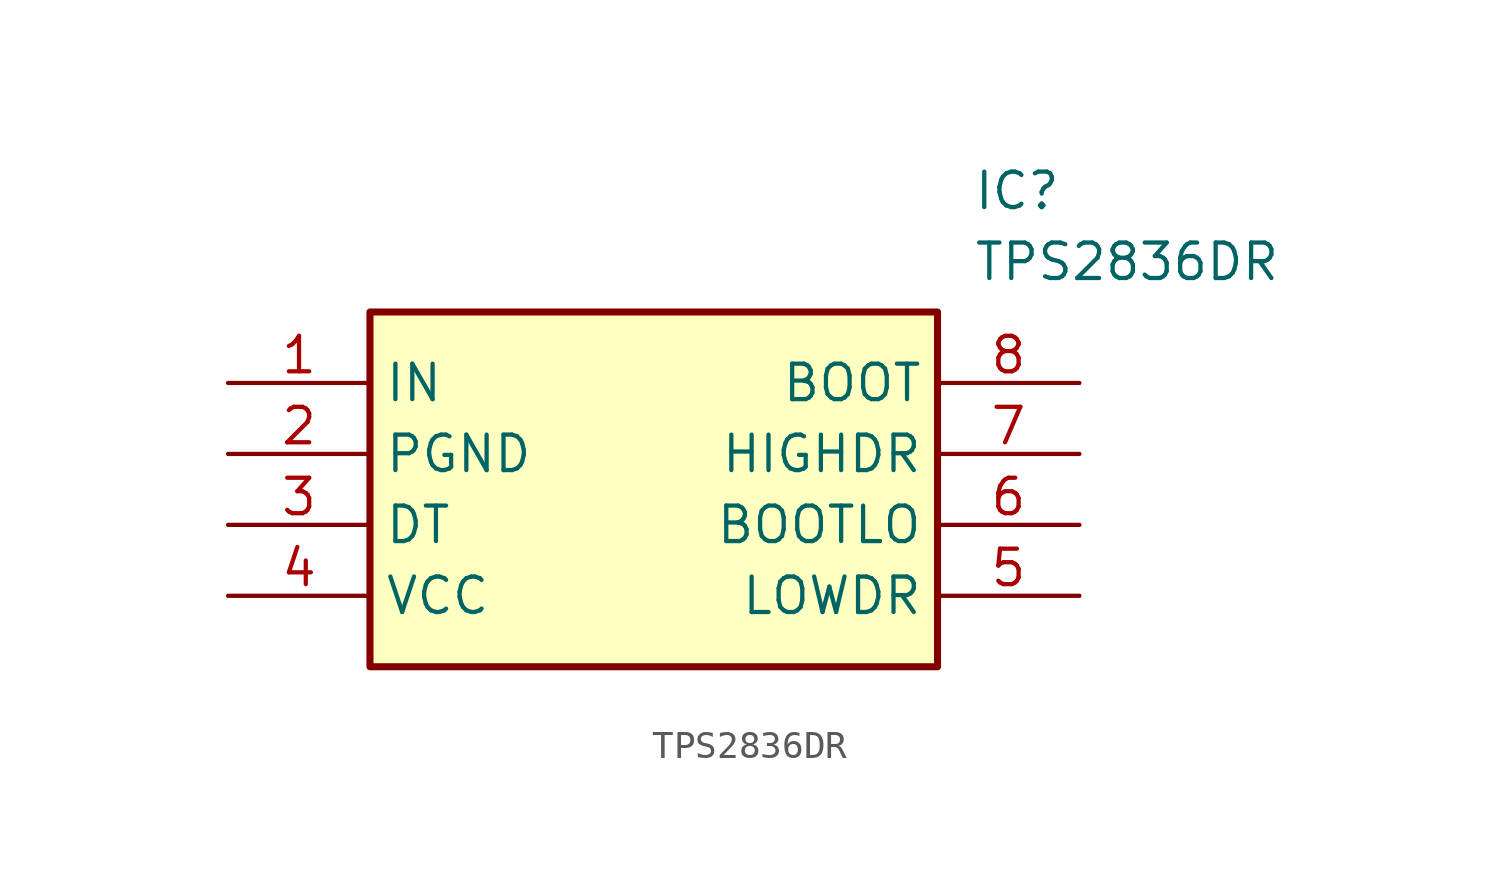
<source format=kicad_sym>
(kicad_symbol_lib
  (version 20220914)
  (generator kicad_symbol_editor)
  (symbol "TPS2836DR"
    (property "Reference" "IC"
      (at 26.67 7.62 0)
      (effects (font (size 1.27 1.27)) (justify left top)))
    (property "Value" "TPS2836DR"
      (at 26.67 5.08 0)
      (effects (font (size 1.27 1.27)) (justify left top)))
    (symbol "TPS2836DR_1_1"
      (rectangle (start 5.08 2.54) (end 25.4 -10.16) (stroke (width 0.254) (type default)) (fill (type background)))
      (pin passive line (at 0 0 0) (length 5.08) (name "IN" (effects (font (size 1.27 1.27)))) (number "1" (effects (font (size 1.27 1.27)))))
      (pin passive line (at 0 -2.54 0) (length 5.08) (name "PGND" (effects (font (size 1.27 1.27)))) (number "2" (effects (font (size 1.27 1.27)))))
      (pin passive line (at 0 -5.08 0) (length 5.08) (name "DT" (effects (font (size 1.27 1.27)))) (number "3" (effects (font (size 1.27 1.27)))))
      (pin passive line (at 0 -7.62 0) (length 5.08) (name "VCC" (effects (font (size 1.27 1.27)))) (number "4" (effects (font (size 1.27 1.27)))))
      (pin passive line (at 30.48 -7.62 180) (length 5.08) (name "LOWDR" (effects (font (size 1.27 1.27)))) (number "5" (effects (font (size 1.27 1.27)))))
      (pin passive line (at 30.48 -5.08 180) (length 5.08) (name "BOOTLO" (effects (font (size 1.27 1.27)))) (number "6" (effects (font (size 1.27 1.27)))))
      (pin passive line (at 30.48 -2.54 180) (length 5.08) (name "HIGHDR" (effects (font (size 1.27 1.27)))) (number "7" (effects (font (size 1.27 1.27)))))
      (pin passive line (at 30.48 0 180) (length 5.08) (name "BOOT" (effects (font (size 1.27 1.27)))) (number "8" (effects (font (size 1.27 1.27))))))))
</source>
